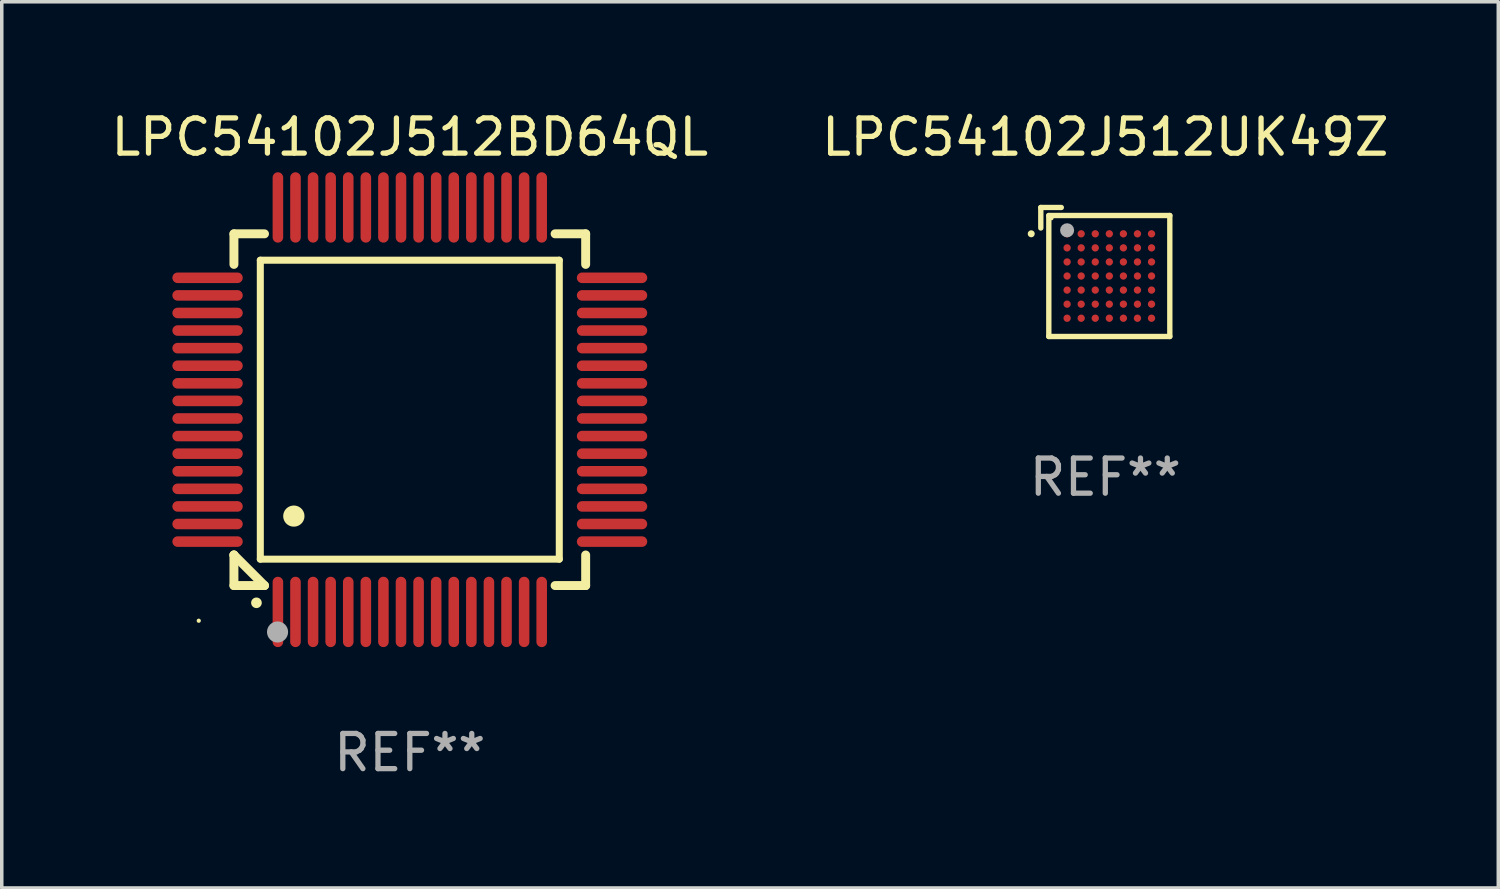
<source format=kicad_pcb>
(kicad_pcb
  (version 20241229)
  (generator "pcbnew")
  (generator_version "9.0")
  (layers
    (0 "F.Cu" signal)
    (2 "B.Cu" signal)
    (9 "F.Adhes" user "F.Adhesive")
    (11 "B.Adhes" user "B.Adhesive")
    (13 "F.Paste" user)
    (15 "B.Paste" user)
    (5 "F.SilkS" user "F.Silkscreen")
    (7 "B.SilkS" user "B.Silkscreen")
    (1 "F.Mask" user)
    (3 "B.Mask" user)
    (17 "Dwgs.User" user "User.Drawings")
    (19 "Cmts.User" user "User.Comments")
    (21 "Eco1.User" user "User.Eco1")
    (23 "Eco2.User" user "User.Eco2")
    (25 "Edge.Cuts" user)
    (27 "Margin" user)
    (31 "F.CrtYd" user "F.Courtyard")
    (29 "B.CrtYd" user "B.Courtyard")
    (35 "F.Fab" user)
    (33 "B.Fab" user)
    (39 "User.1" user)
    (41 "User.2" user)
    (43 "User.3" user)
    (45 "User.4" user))
  (footprint "LPC54102J512UK49Z"
    (layer "F.Cu")
    (at 28.375 4.683)
    (property "Reference" "LPC54102J512UK49Z" (at 0 -3.834 0) (layer "F.SilkS") (effects (font (size 1 1) (thickness 0.15))))
    (attr through_hole)
    (fp_line (start -1.834 -1.834) (end -1.251 -1.834) (stroke (width 0.152) (type solid)) (layer "F.SilkS"))
    (fp_line (start -1.834 -1.251) (end -1.834 -1.834) (stroke (width 0.152) (type solid)) (layer "F.SilkS"))
    (fp_line (start -1.606 -1.606) (end 1.834 -1.606) (stroke (width 0.152) (type solid)) (layer "F.SilkS"))
    (fp_line (start -1.606 1.834) (end -1.606 -1.606) (stroke (width 0.152) (type solid)) (layer "F.SilkS"))
    (fp_line (start 1.834 -1.606) (end 1.834 1.834) (stroke (width 0.152) (type solid)) (layer "F.SilkS"))
    (fp_line (start 1.834 1.834) (end -1.606 1.834) (stroke (width 0.152) (type solid)) (layer "F.SilkS"))
    (fp_circle (center -2.106 -1.086) (end -2.056 -1.086) (stroke (width 0.1) (type solid)) (fill no) (layer "F.SilkS"))
    (fp_circle (center -1.53 -1.53) (end -1.5 -1.53) (stroke (width 0.06) (type solid)) (fill no) (layer "F.SilkS"))
    (fp_circle (center -1.086 -1.186) (end -0.986 -1.186) (stroke (width 0.2) (type solid)) (fill no) (layer "F.Fab"))
    (fp_text user "REF**" (at 0 5.834 0) (layer "F.Fab") (effects (font (size 1 1) (thickness 0.15))))
    (pad "A1" smd circle (at -1.086 -1.086) (size 0.208 0.208) (layers "F.Cu" "F.Mask" "F.Paste"))
    (pad "A2" smd circle (at -0.686 -1.086) (size 0.208 0.208) (layers "F.Cu" "F.Mask" "F.Paste"))
    (pad "A3" smd circle (at -0.286 -1.086) (size 0.208 0.208) (layers "F.Cu" "F.Mask" "F.Paste"))
    (pad "A4" smd circle (at 0.114 -1.086) (size 0.208 0.208) (layers "F.Cu" "F.Mask" "F.Paste"))
    (pad "A5" smd circle (at 0.514 -1.086) (size 0.208 0.208) (layers "F.Cu" "F.Mask" "F.Paste"))
    (pad "A6" smd circle (at 0.914 -1.086) (size 0.208 0.208) (layers "F.Cu" "F.Mask" "F.Paste"))
    (pad "A7" smd circle (at 1.314 -1.086) (size 0.208 0.208) (layers "F.Cu" "F.Mask" "F.Paste"))
    (pad "B1" smd circle (at -1.086 -0.686) (size 0.208 0.208) (layers "F.Cu" "F.Mask" "F.Paste"))
    (pad "B2" smd circle (at -0.686 -0.686) (size 0.208 0.208) (layers "F.Cu" "F.Mask" "F.Paste"))
    (pad "B3" smd circle (at -0.286 -0.686) (size 0.208 0.208) (layers "F.Cu" "F.Mask" "F.Paste"))
    (pad "B4" smd circle (at 0.114 -0.686) (size 0.208 0.208) (layers "F.Cu" "F.Mask" "F.Paste"))
    (pad "B5" smd circle (at 0.514 -0.686) (size 0.208 0.208) (layers "F.Cu" "F.Mask" "F.Paste"))
    (pad "B6" smd circle (at 0.914 -0.686) (size 0.208 0.208) (layers "F.Cu" "F.Mask" "F.Paste"))
    (pad "B7" smd circle (at 1.314 -0.686) (size 0.208 0.208) (layers "F.Cu" "F.Mask" "F.Paste"))
    (pad "C1" smd circle (at -1.086 -0.286) (size 0.208 0.208) (layers "F.Cu" "F.Mask" "F.Paste"))
    (pad "C2" smd circle (at -0.686 -0.286) (size 0.208 0.208) (layers "F.Cu" "F.Mask" "F.Paste"))
    (pad "C3" smd circle (at -0.286 -0.286) (size 0.208 0.208) (layers "F.Cu" "F.Mask" "F.Paste"))
    (pad "C4" smd circle (at 0.114 -0.286) (size 0.208 0.208) (layers "F.Cu" "F.Mask" "F.Paste"))
    (pad "C5" smd circle (at 0.514 -0.286) (size 0.208 0.208) (layers "F.Cu" "F.Mask" "F.Paste"))
    (pad "C6" smd circle (at 0.914 -0.286) (size 0.208 0.208) (layers "F.Cu" "F.Mask" "F.Paste"))
    (pad "C7" smd circle (at 1.314 -0.286) (size 0.208 0.208) (layers "F.Cu" "F.Mask" "F.Paste"))
    (pad "D1" smd circle (at -1.086 0.114) (size 0.208 0.208) (layers "F.Cu" "F.Mask" "F.Paste"))
    (pad "D2" smd circle (at -0.686 0.114) (size 0.208 0.208) (layers "F.Cu" "F.Mask" "F.Paste"))
    (pad "D3" smd circle (at -0.286 0.114) (size 0.208 0.208) (layers "F.Cu" "F.Mask" "F.Paste"))
    (pad "D4" smd circle (at 0.114 0.114) (size 0.208 0.208) (layers "F.Cu" "F.Mask" "F.Paste"))
    (pad "D5" smd circle (at 0.514 0.114) (size 0.208 0.208) (layers "F.Cu" "F.Mask" "F.Paste"))
    (pad "D6" smd circle (at 0.914 0.114) (size 0.208 0.208) (layers "F.Cu" "F.Mask" "F.Paste"))
    (pad "D7" smd circle (at 1.314 0.114) (size 0.208 0.208) (layers "F.Cu" "F.Mask" "F.Paste"))
    (pad "E1" smd circle (at -1.086 0.514) (size 0.208 0.208) (layers "F.Cu" "F.Mask" "F.Paste"))
    (pad "E2" smd circle (at -0.686 0.514) (size 0.208 0.208) (layers "F.Cu" "F.Mask" "F.Paste"))
    (pad "E3" smd circle (at -0.286 0.514) (size 0.208 0.208) (layers "F.Cu" "F.Mask" "F.Paste"))
    (pad "E4" smd circle (at 0.114 0.514) (size 0.208 0.208) (layers "F.Cu" "F.Mask" "F.Paste"))
    (pad "E5" smd circle (at 0.514 0.514) (size 0.208 0.208) (layers "F.Cu" "F.Mask" "F.Paste"))
    (pad "E6" smd circle (at 0.914 0.514) (size 0.208 0.208) (layers "F.Cu" "F.Mask" "F.Paste"))
    (pad "E7" smd circle (at 1.314 0.514) (size 0.208 0.208) (layers "F.Cu" "F.Mask" "F.Paste"))
    (pad "F1" smd circle (at -1.086 0.914) (size 0.208 0.208) (layers "F.Cu" "F.Mask" "F.Paste"))
    (pad "F2" smd circle (at -0.686 0.914) (size 0.208 0.208) (layers "F.Cu" "F.Mask" "F.Paste"))
    (pad "F3" smd circle (at -0.286 0.914) (size 0.208 0.208) (layers "F.Cu" "F.Mask" "F.Paste"))
    (pad "F4" smd circle (at 0.114 0.914) (size 0.208 0.208) (layers "F.Cu" "F.Mask" "F.Paste"))
    (pad "F5" smd circle (at 0.514 0.914) (size 0.208 0.208) (layers "F.Cu" "F.Mask" "F.Paste"))
    (pad "F6" smd circle (at 0.914 0.914) (size 0.208 0.208) (layers "F.Cu" "F.Mask" "F.Paste"))
    (pad "F7" smd circle (at 1.314 0.914) (size 0.208 0.208) (layers "F.Cu" "F.Mask" "F.Paste"))
    (pad "G1" smd circle (at -1.086 1.314) (size 0.208 0.208) (layers "F.Cu" "F.Mask" "F.Paste"))
    (pad "G2" smd circle (at -0.686 1.314) (size 0.208 0.208) (layers "F.Cu" "F.Mask" "F.Paste"))
    (pad "G3" smd circle (at -0.286 1.314) (size 0.208 0.208) (layers "F.Cu" "F.Mask" "F.Paste"))
    (pad "G4" smd circle (at 0.114 1.314) (size 0.208 0.208) (layers "F.Cu" "F.Mask" "F.Paste"))
    (pad "G5" smd circle (at 0.514 1.314) (size 0.208 0.208) (layers "F.Cu" "F.Mask" "F.Paste"))
    (pad "G6" smd circle (at 0.914 1.314) (size 0.208 0.208) (layers "F.Cu" "F.Mask" "F.Paste"))
    (pad "G7" smd circle (at 1.314 1.314) (size 0.208 0.208) (layers "F.Cu" "F.Mask" "F.Paste")))
  (footprint "LPC54102J512BD64QL"
    (layer "F.Cu")
    (at 8.601 8.598)
    (property "Reference" "LPC54102J512BD64QL" (at 0 -7.75 0) (layer "F.SilkS") (effects (font (size 1 1) (thickness 0.15))))
    (attr through_hole)
    (fp_line (start -5 -5) (end -4.131 -5) (stroke (width 0.254) (type solid)) (layer "F.SilkS"))
    (fp_line (start -5 -4.131) (end -5 -5) (stroke (width 0.254) (type solid)) (layer "F.SilkS"))
    (fp_line (start -5 4.131) (end -5 4.131) (stroke (width 0.254) (type solid)) (layer "F.SilkS"))
    (fp_line (start -5 5) (end -5 4.131) (stroke (width 0.254) (type solid)) (layer "F.SilkS"))
    (fp_line (start -5 4.131) (end -4.131 5) (stroke (width 0.254) (type solid)) (layer "F.SilkS"))
    (fp_line (start -4.25 -4.25) (end -4.25 4.25) (stroke (width 0.2) (type solid)) (layer "F.SilkS"))
    (fp_line (start -4.25 4.25) (end 4.25 4.25) (stroke (width 0.2) (type solid)) (layer "F.SilkS"))
    (fp_line (start -4.131 5) (end -5 5) (stroke (width 0.254) (type solid)) (layer "F.SilkS"))
    (fp_line (start 4.25 -4.25) (end -4.25 -4.25) (stroke (width 0.2) (type solid)) (layer "F.SilkS"))
    (fp_line (start 4.25 4.25) (end 4.25 -4.25) (stroke (width 0.2) (type solid)) (layer "F.SilkS"))
    (fp_line (start 5 -5) (end 4.131 -5) (stroke (width 0.254) (type solid)) (layer "F.SilkS"))
    (fp_line (start 5 -5) (end 5 -4.131) (stroke (width 0.254) (type solid)) (layer "F.SilkS"))
    (fp_line (start 5 4.131) (end 5 5) (stroke (width 0.254) (type solid)) (layer "F.SilkS"))
    (fp_line (start 5 5) (end 4.131 5) (stroke (width 0.254) (type solid)) (layer "F.SilkS"))
    (fp_arc (start -4.361265 5.489992) (mid -4.359995 5.489987) (end -4.358725 5.489992) (stroke (width 0.3) (type solid)) (layer "F.SilkS"))
    (fp_arc (start -3.299467 3.025146) (mid -3.296927 3.025135) (end -3.294387 3.025146) (stroke (width 0.6) (type solid)) (layer "F.SilkS"))
    (fp_circle (center -6 6) (end -5.97 6) (stroke (width 0.06) (type solid)) (fill no) (layer "F.SilkS"))
    (fp_circle (center -3.76 6.32) (end -3.61 6.32) (stroke (width 0.3) (type solid)) (fill no) (layer "F.Fab"))
    (fp_text user "REF**" (at 0 9.75 0) (layer "F.Fab") (effects (font (size 1 1) (thickness 0.15))))
    (pad "1" smd oval (at -3.75 5.75) (size 0.3 2) (layers "F.Cu" "F.Mask" "F.Paste"))
    (pad "2" smd oval (at -3.25 5.75) (size 0.3 2) (layers "F.Cu" "F.Mask" "F.Paste"))
    (pad "3" smd oval (at -2.75 5.75) (size 0.3 2) (layers "F.Cu" "F.Mask" "F.Paste"))
    (pad "4" smd oval (at -2.25 5.75) (size 0.3 2) (layers "F.Cu" "F.Mask" "F.Paste"))
    (pad "5" smd oval (at -1.75 5.75) (size 0.3 2) (layers "F.Cu" "F.Mask" "F.Paste"))
    (pad "6" smd oval (at -1.25 5.75) (size 0.3 2) (layers "F.Cu" "F.Mask" "F.Paste"))
    (pad "7" smd oval (at -0.75 5.75) (size 0.3 2) (layers "F.Cu" "F.Mask" "F.Paste"))
    (pad "8" smd oval (at -0.25 5.75) (size 0.3 2) (layers "F.Cu" "F.Mask" "F.Paste"))
    (pad "9" smd oval (at 0.25 5.75) (size 0.3 2) (layers "F.Cu" "F.Mask" "F.Paste"))
    (pad "10" smd oval (at 0.75 5.75) (size 0.3 2) (layers "F.Cu" "F.Mask" "F.Paste"))
    (pad "11" smd oval (at 1.25 5.75) (size 0.3 2) (layers "F.Cu" "F.Mask" "F.Paste"))
    (pad "12" smd oval (at 1.75 5.75) (size 0.3 2) (layers "F.Cu" "F.Mask" "F.Paste"))
    (pad "13" smd oval (at 2.25 5.75) (size 0.3 2) (layers "F.Cu" "F.Mask" "F.Paste"))
    (pad "14" smd oval (at 2.75 5.75) (size 0.3 2) (layers "F.Cu" "F.Mask" "F.Paste"))
    (pad "15" smd oval (at 3.25 5.75) (size 0.3 2) (layers "F.Cu" "F.Mask" "F.Paste"))
    (pad "16" smd oval (at 3.75 5.75) (size 0.3 2) (layers "F.Cu" "F.Mask" "F.Paste"))
    (pad "17" smd oval (at 5.75 3.75) (size 2 0.3) (layers "F.Cu" "F.Mask" "F.Paste"))
    (pad "18" smd oval (at 5.75 3.25) (size 2 0.3) (layers "F.Cu" "F.Mask" "F.Paste"))
    (pad "19" smd oval (at 5.75 2.75) (size 2 0.3) (layers "F.Cu" "F.Mask" "F.Paste"))
    (pad "20" smd oval (at 5.75 2.25) (size 2 0.3) (layers "F.Cu" "F.Mask" "F.Paste"))
    (pad "21" smd oval (at 5.75 1.75) (size 2 0.3) (layers "F.Cu" "F.Mask" "F.Paste"))
    (pad "22" smd oval (at 5.75 1.25) (size 2 0.3) (layers "F.Cu" "F.Mask" "F.Paste"))
    (pad "23" smd oval (at 5.75 0.75) (size 2 0.3) (layers "F.Cu" "F.Mask" "F.Paste"))
    (pad "24" smd oval (at 5.75 0.25) (size 2 0.3) (layers "F.Cu" "F.Mask" "F.Paste"))
    (pad "25" smd oval (at 5.75 -0.25) (size 2 0.3) (layers "F.Cu" "F.Mask" "F.Paste"))
    (pad "26" smd oval (at 5.75 -0.75) (size 2 0.3) (layers "F.Cu" "F.Mask" "F.Paste"))
    (pad "27" smd oval (at 5.75 -1.25) (size 2 0.3) (layers "F.Cu" "F.Mask" "F.Paste"))
    (pad "28" smd oval (at 5.75 -1.75) (size 2 0.3) (layers "F.Cu" "F.Mask" "F.Paste"))
    (pad "29" smd oval (at 5.75 -2.25) (size 2 0.3) (layers "F.Cu" "F.Mask" "F.Paste"))
    (pad "30" smd oval (at 5.75 -2.75) (size 2 0.3) (layers "F.Cu" "F.Mask" "F.Paste"))
    (pad "31" smd oval (at 5.75 -3.25) (size 2 0.3) (layers "F.Cu" "F.Mask" "F.Paste"))
    (pad "32" smd oval (at 5.75 -3.75) (size 2 0.3) (layers "F.Cu" "F.Mask" "F.Paste"))
    (pad "33" smd oval (at 3.75 -5.75) (size 0.3 2) (layers "F.Cu" "F.Mask" "F.Paste"))
    (pad "34" smd oval (at 3.25 -5.75) (size 0.3 2) (layers "F.Cu" "F.Mask" "F.Paste"))
    (pad "35" smd oval (at 2.75 -5.75) (size 0.3 2) (layers "F.Cu" "F.Mask" "F.Paste"))
    (pad "36" smd oval (at 2.25 -5.75) (size 0.3 2) (layers "F.Cu" "F.Mask" "F.Paste"))
    (pad "37" smd oval (at 1.75 -5.75) (size 0.3 2) (layers "F.Cu" "F.Mask" "F.Paste"))
    (pad "38" smd oval (at 1.25 -5.75) (size 0.3 2) (layers "F.Cu" "F.Mask" "F.Paste"))
    (pad "39" smd oval (at 0.75 -5.75) (size 0.3 2) (layers "F.Cu" "F.Mask" "F.Paste"))
    (pad "40" smd oval (at 0.25 -5.75) (size 0.3 2) (layers "F.Cu" "F.Mask" "F.Paste"))
    (pad "41" smd oval (at -0.25 -5.75) (size 0.3 2) (layers "F.Cu" "F.Mask" "F.Paste"))
    (pad "42" smd oval (at -0.75 -5.75) (size 0.3 2) (layers "F.Cu" "F.Mask" "F.Paste"))
    (pad "43" smd oval (at -1.25 -5.75) (size 0.3 2) (layers "F.Cu" "F.Mask" "F.Paste"))
    (pad "44" smd oval (at -1.75 -5.75) (size 0.3 2) (layers "F.Cu" "F.Mask" "F.Paste"))
    (pad "45" smd oval (at -2.25 -5.75) (size 0.3 2) (layers "F.Cu" "F.Mask" "F.Paste"))
    (pad "46" smd oval (at -2.75 -5.75) (size 0.3 2) (layers "F.Cu" "F.Mask" "F.Paste"))
    (pad "47" smd oval (at -3.25 -5.75) (size 0.3 2) (layers "F.Cu" "F.Mask" "F.Paste"))
    (pad "48" smd oval (at -3.75 -5.75) (size 0.3 2) (layers "F.Cu" "F.Mask" "F.Paste"))
    (pad "49" smd oval (at -5.75 -3.75) (size 2 0.3) (layers "F.Cu" "F.Mask" "F.Paste"))
    (pad "50" smd oval (at -5.75 -3.25) (size 2 0.3) (layers "F.Cu" "F.Mask" "F.Paste"))
    (pad "51" smd oval (at -5.75 -2.75) (size 2 0.3) (layers "F.Cu" "F.Mask" "F.Paste"))
    (pad "52" smd oval (at -5.75 -2.25) (size 2 0.3) (layers "F.Cu" "F.Mask" "F.Paste"))
    (pad "53" smd oval (at -5.75 -1.75) (size 2 0.3) (layers "F.Cu" "F.Mask" "F.Paste"))
    (pad "54" smd oval (at -5.75 -1.25) (size 2 0.3) (layers "F.Cu" "F.Mask" "F.Paste"))
    (pad "55" smd oval (at -5.75 -0.75) (size 2 0.3) (layers "F.Cu" "F.Mask" "F.Paste"))
    (pad "56" smd oval (at -5.75 -0.25) (size 2 0.3) (layers "F.Cu" "F.Mask" "F.Paste"))
    (pad "57" smd oval (at -5.75 0.25) (size 2 0.3) (layers "F.Cu" "F.Mask" "F.Paste"))
    (pad "58" smd oval (at -5.75 0.75) (size 2 0.3) (layers "F.Cu" "F.Mask" "F.Paste"))
    (pad "59" smd oval (at -5.75 1.25) (size 2 0.3) (layers "F.Cu" "F.Mask" "F.Paste"))
    (pad "60" smd oval (at -5.75 1.75) (size 2 0.3) (layers "F.Cu" "F.Mask" "F.Paste"))
    (pad "61" smd oval (at -5.75 2.25) (size 2 0.3) (layers "F.Cu" "F.Mask" "F.Paste"))
    (pad "62" smd oval (at -5.75 2.75) (size 2 0.3) (layers "F.Cu" "F.Mask" "F.Paste"))
    (pad "63" smd oval (at -5.75 3.25) (size 2 0.3) (layers "F.Cu" "F.Mask" "F.Paste"))
    (pad "64" smd oval (at -5.75 3.75) (size 2 0.3) (layers "F.Cu" "F.Mask" "F.Paste")))
  (gr_rect
    (start -3 -3)
    (end 39.548 22.196)
    (stroke (width 0.1) (type default))
    (fill no)
    (layer "Edge.Cuts")))
</source>
